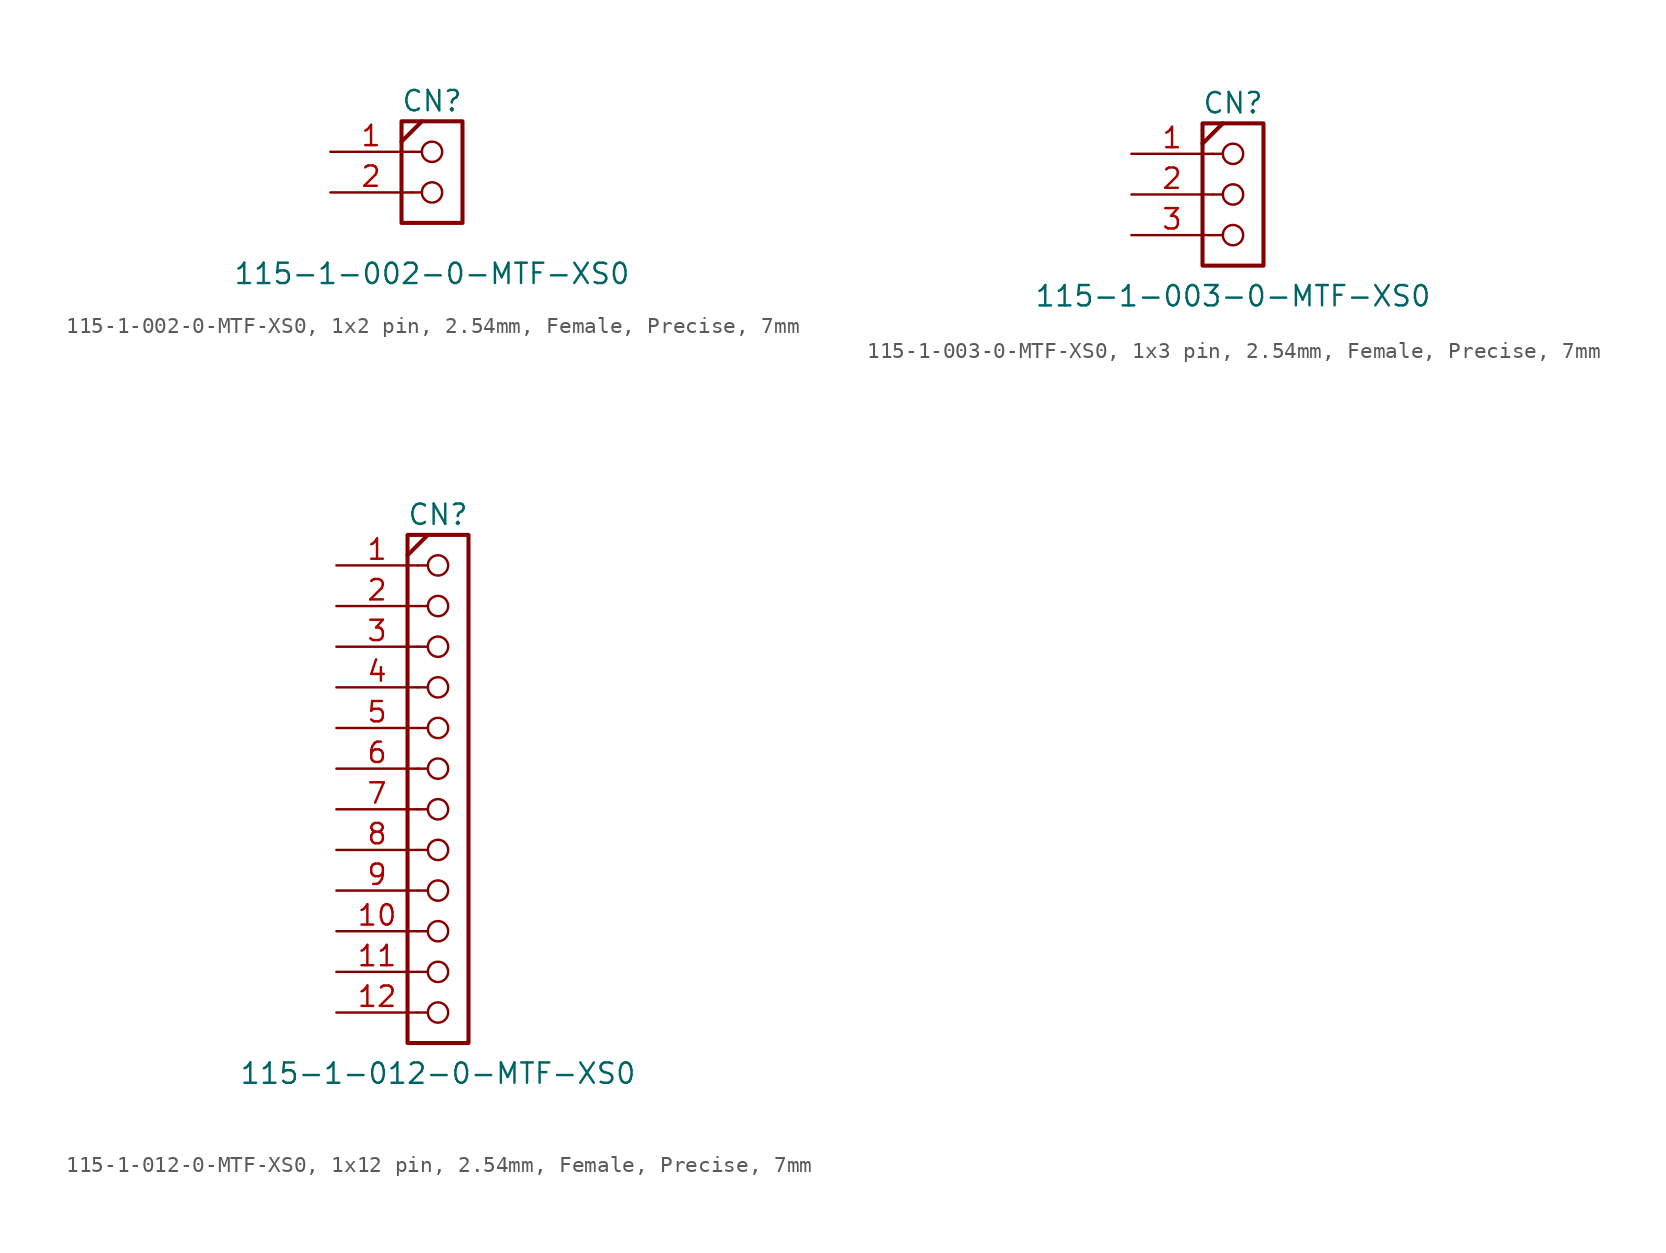
<source format=kicad_sym>
(kicad_symbol_lib
  (version 20241209)
  (generator "kicad_symbol_editor")
  (generator_version "9.0")
  (symbol "115-1-002-0-MTF-XS0, 1x2 pin, 2.54mm, Female, Precise, 7mm"
    (pin_names
      (offset 1.016)
      (hide yes))
    (property "Reference" "CN"
      (at 0 4.445 0)
      (effects (font (size 1.27 1.27))))
    (property "Value" "115-1-002-0-MTF-XS0"
      (at 0 -6.35 0)
      (effects (font (size 1.27 1.27))))
    (symbol "115-1-002-0-MTF-XS0, 1x2 pin, 2.54mm, Female, Precise, 7mm_0_1"
      (circle (center 0 1.27) (radius 0.635) (stroke (width 0) (type default)) (fill (type none)))
      (circle (center 0 -1.27) (radius 0.635) (stroke (width 0) (type default)) (fill (type none))))
    (symbol "115-1-002-0-MTF-XS0, 1x2 pin, 2.54mm, Female, Precise, 7mm_1_0"
      (polyline (pts (xy -1.905 1.905) (xy -0.635 3.175)) (stroke (width 0.254) (type default)) (fill (type none)))
      (polyline (pts (xy -1.27 1.27) (xy -0.635 1.27)) (stroke (width 0) (type default)) (fill (type none)))
      (polyline (pts (xy -1.27 -1.27) (xy -0.635 -1.27)) (stroke (width 0) (type default)) (fill (type none))))
    (symbol "115-1-002-0-MTF-XS0, 1x2 pin, 2.54mm, Female, Precise, 7mm_1_1"
      (rectangle (start -1.905 3.175) (end 1.905 -3.175) (stroke (width 0.254) (type default)) (fill (type none)))
      (pin passive line (at -6.35 1.27 0) (length 5.08) (name "1" (effects (font (size 1.27 1.27)))) (number "1" (effects (font (size 1.27 1.27)))))
      (pin passive line (at -6.35 -1.27 0) (length 5.08) (name "2" (effects (font (size 1.27 1.27)))) (number "2" (effects (font (size 1.27 1.27)))))))
  (symbol "115-1-003-0-MTF-XS0, 1x3 pin, 2.54mm, Female, Precise, 7mm"
    (pin_names
      (offset 1.016)
      (hide yes))
    (property "Reference" "CN"
      (at 0 5.715 0)
      (effects (font (size 1.27 1.27))))
    (property "Value" "115-1-003-0-MTF-XS0"
      (at 0 -6.35 0)
      (effects (font (size 1.27 1.27))))
    (symbol "115-1-003-0-MTF-XS0, 1x3 pin, 2.54mm, Female, Precise, 7mm_0_1"
      (circle (center 0 2.54) (radius 0.635) (stroke (width 0) (type default)) (fill (type none)))
      (circle (center 0 0) (radius 0.635) (stroke (width 0) (type default)) (fill (type none)))
      (circle (center 0 -2.54) (radius 0.635) (stroke (width 0) (type default)) (fill (type none))))
    (symbol "115-1-003-0-MTF-XS0, 1x3 pin, 2.54mm, Female, Precise, 7mm_1_0"
      (polyline (pts (xy -1.905 3.175) (xy -0.635 4.445)) (stroke (width 0.254) (type default)) (fill (type none)))
      (polyline (pts (xy -1.27 2.54) (xy -0.635 2.54)) (stroke (width 0) (type default)) (fill (type none)))
      (polyline (pts (xy -1.27 0) (xy -0.635 0)) (stroke (width 0) (type default)) (fill (type none)))
      (polyline (pts (xy -1.27 -2.54) (xy -0.635 -2.54)) (stroke (width 0) (type default)) (fill (type none))))
    (symbol "115-1-003-0-MTF-XS0, 1x3 pin, 2.54mm, Female, Precise, 7mm_1_1"
      (rectangle (start -1.905 4.445) (end 1.905 -4.445) (stroke (width 0.254) (type default)) (fill (type none)))
      (pin passive line (at -6.35 2.54 0) (length 5.08) (name "1" (effects (font (size 1.27 1.27)))) (number "1" (effects (font (size 1.27 1.27)))))
      (pin passive line (at -6.35 0 0) (length 5.08) (name "2" (effects (font (size 1.27 1.27)))) (number "2" (effects (font (size 1.27 1.27)))))
      (pin passive line (at -6.35 -2.54 0) (length 5.08) (name "3" (effects (font (size 1.27 1.27)))) (number "3" (effects (font (size 1.27 1.27)))))))
  (symbol "115-1-012-0-MTF-XS0, 1x12 pin, 2.54mm, Female, Precise, 7mm"
    (pin_names
      (offset 1.016)
      (hide yes))
    (property "Reference" "CN"
      (at 0 17.145 0)
      (effects (font (size 1.27 1.27))))
    (property "Value" "115-1-012-0-MTF-XS0"
      (at 0 -17.78 0)
      (effects (font (size 1.27 1.27))))
    (symbol "115-1-012-0-MTF-XS0, 1x12 pin, 2.54mm, Female, Precise, 7mm_0_1"
      (circle (center 0 13.97) (radius 0.635) (stroke (width 0) (type default)) (fill (type none)))
      (circle (center 0 11.43) (radius 0.635) (stroke (width 0) (type default)) (fill (type none)))
      (circle (center 0 8.89) (radius 0.635) (stroke (width 0) (type default)) (fill (type none)))
      (circle (center 0 6.35) (radius 0.635) (stroke (width 0) (type default)) (fill (type none)))
      (circle (center 0 3.81) (radius 0.635) (stroke (width 0) (type default)) (fill (type none)))
      (circle (center 0 1.27) (radius 0.635) (stroke (width 0) (type default)) (fill (type none)))
      (circle (center 0 -1.27) (radius 0.635) (stroke (width 0) (type default)) (fill (type none)))
      (circle (center 0 -3.81) (radius 0.635) (stroke (width 0) (type default)) (fill (type none)))
      (circle (center 0 -6.35) (radius 0.635) (stroke (width 0) (type default)) (fill (type none)))
      (circle (center 0 -8.89) (radius 0.635) (stroke (width 0) (type default)) (fill (type none)))
      (circle (center 0 -11.43) (radius 0.635) (stroke (width 0) (type default)) (fill (type none)))
      (circle (center 0 -13.97) (radius 0.635) (stroke (width 0) (type default)) (fill (type none))))
    (symbol "115-1-012-0-MTF-XS0, 1x12 pin, 2.54mm, Female, Precise, 7mm_1_0"
      (polyline (pts (xy -1.905 14.605) (xy -0.635 15.875)) (stroke (width 0.254) (type default)) (fill (type none)))
      (polyline (pts (xy -1.27 13.97) (xy -0.635 13.97)) (stroke (width 0) (type default)) (fill (type none)))
      (polyline (pts (xy -1.27 11.43) (xy -0.635 11.43)) (stroke (width 0) (type default)) (fill (type none)))
      (polyline (pts (xy -1.27 8.89) (xy -0.635 8.89)) (stroke (width 0) (type default)) (fill (type none)))
      (polyline (pts (xy -1.27 6.35) (xy -0.635 6.35)) (stroke (width 0) (type default)) (fill (type none)))
      (polyline (pts (xy -1.27 3.81) (xy -0.635 3.81)) (stroke (width 0) (type default)) (fill (type none)))
      (polyline (pts (xy -1.27 1.27) (xy -0.635 1.27)) (stroke (width 0) (type default)) (fill (type none)))
      (polyline (pts (xy -1.27 -1.27) (xy -0.635 -1.27)) (stroke (width 0) (type default)) (fill (type none)))
      (polyline (pts (xy -1.27 -3.81) (xy -0.635 -3.81)) (stroke (width 0) (type default)) (fill (type none)))
      (polyline (pts (xy -1.27 -6.35) (xy -0.635 -6.35)) (stroke (width 0) (type default)) (fill (type none)))
      (polyline (pts (xy -1.27 -8.89) (xy -0.635 -8.89)) (stroke (width 0) (type default)) (fill (type none)))
      (polyline (pts (xy -1.27 -11.43) (xy -0.635 -11.43)) (stroke (width 0) (type default)) (fill (type none)))
      (polyline (pts (xy -1.27 -13.97) (xy -0.635 -13.97)) (stroke (width 0) (type default)) (fill (type none)))
      (pin passive line (at -6.35 6.35 0) (length 5.08) (name "4" (effects (font (size 1.27 1.27)))) (number "4" (effects (font (size 1.27 1.27)))))
      (pin passive line (at -6.35 3.81 0) (length 5.08) (name "5" (effects (font (size 1.27 1.27)))) (number "5" (effects (font (size 1.27 1.27)))))
      (pin passive line (at -6.35 1.27 0) (length 5.08) (name "6" (effects (font (size 1.27 1.27)))) (number "6" (effects (font (size 1.27 1.27)))))
      (pin passive line (at -6.35 -1.27 0) (length 5.08) (name "7" (effects (font (size 1.27 1.27)))) (number "7" (effects (font (size 1.27 1.27)))))
      (pin passive line (at -6.35 -3.81 0) (length 5.08) (name "8" (effects (font (size 1.27 1.27)))) (number "8" (effects (font (size 1.27 1.27)))))
      (pin passive line (at -6.35 -6.35 0) (length 5.08) (name "9" (effects (font (size 1.27 1.27)))) (number "9" (effects (font (size 1.27 1.27)))))
      (pin passive line (at -6.35 -8.89 0) (length 5.08) (name "10" (effects (font (size 1.27 1.27)))) (number "10" (effects (font (size 1.27 1.27)))))
      (pin passive line (at -6.35 -11.43 0) (length 5.08) (name "11" (effects (font (size 1.27 1.27)))) (number "11" (effects (font (size 1.27 1.27)))))
      (pin passive line (at -6.35 -13.97 0) (length 5.08) (name "12" (effects (font (size 1.27 1.27)))) (number "12" (effects (font (size 1.27 1.27))))))
    (symbol "115-1-012-0-MTF-XS0, 1x12 pin, 2.54mm, Female, Precise, 7mm_1_1"
      (rectangle (start -1.905 15.875) (end 1.905 -15.875) (stroke (width 0.254) (type default)) (fill (type none)))
      (pin passive line (at -6.35 13.97 0) (length 5.08) (name "1" (effects (font (size 1.27 1.27)))) (number "1" (effects (font (size 1.27 1.27)))))
      (pin passive line (at -6.35 11.43 0) (length 5.08) (name "2" (effects (font (size 1.27 1.27)))) (number "2" (effects (font (size 1.27 1.27)))))
      (pin passive line (at -6.35 8.89 0) (length 5.08) (name "3" (effects (font (size 1.27 1.27)))) (number "3" (effects (font (size 1.27 1.27))))))))
</source>
